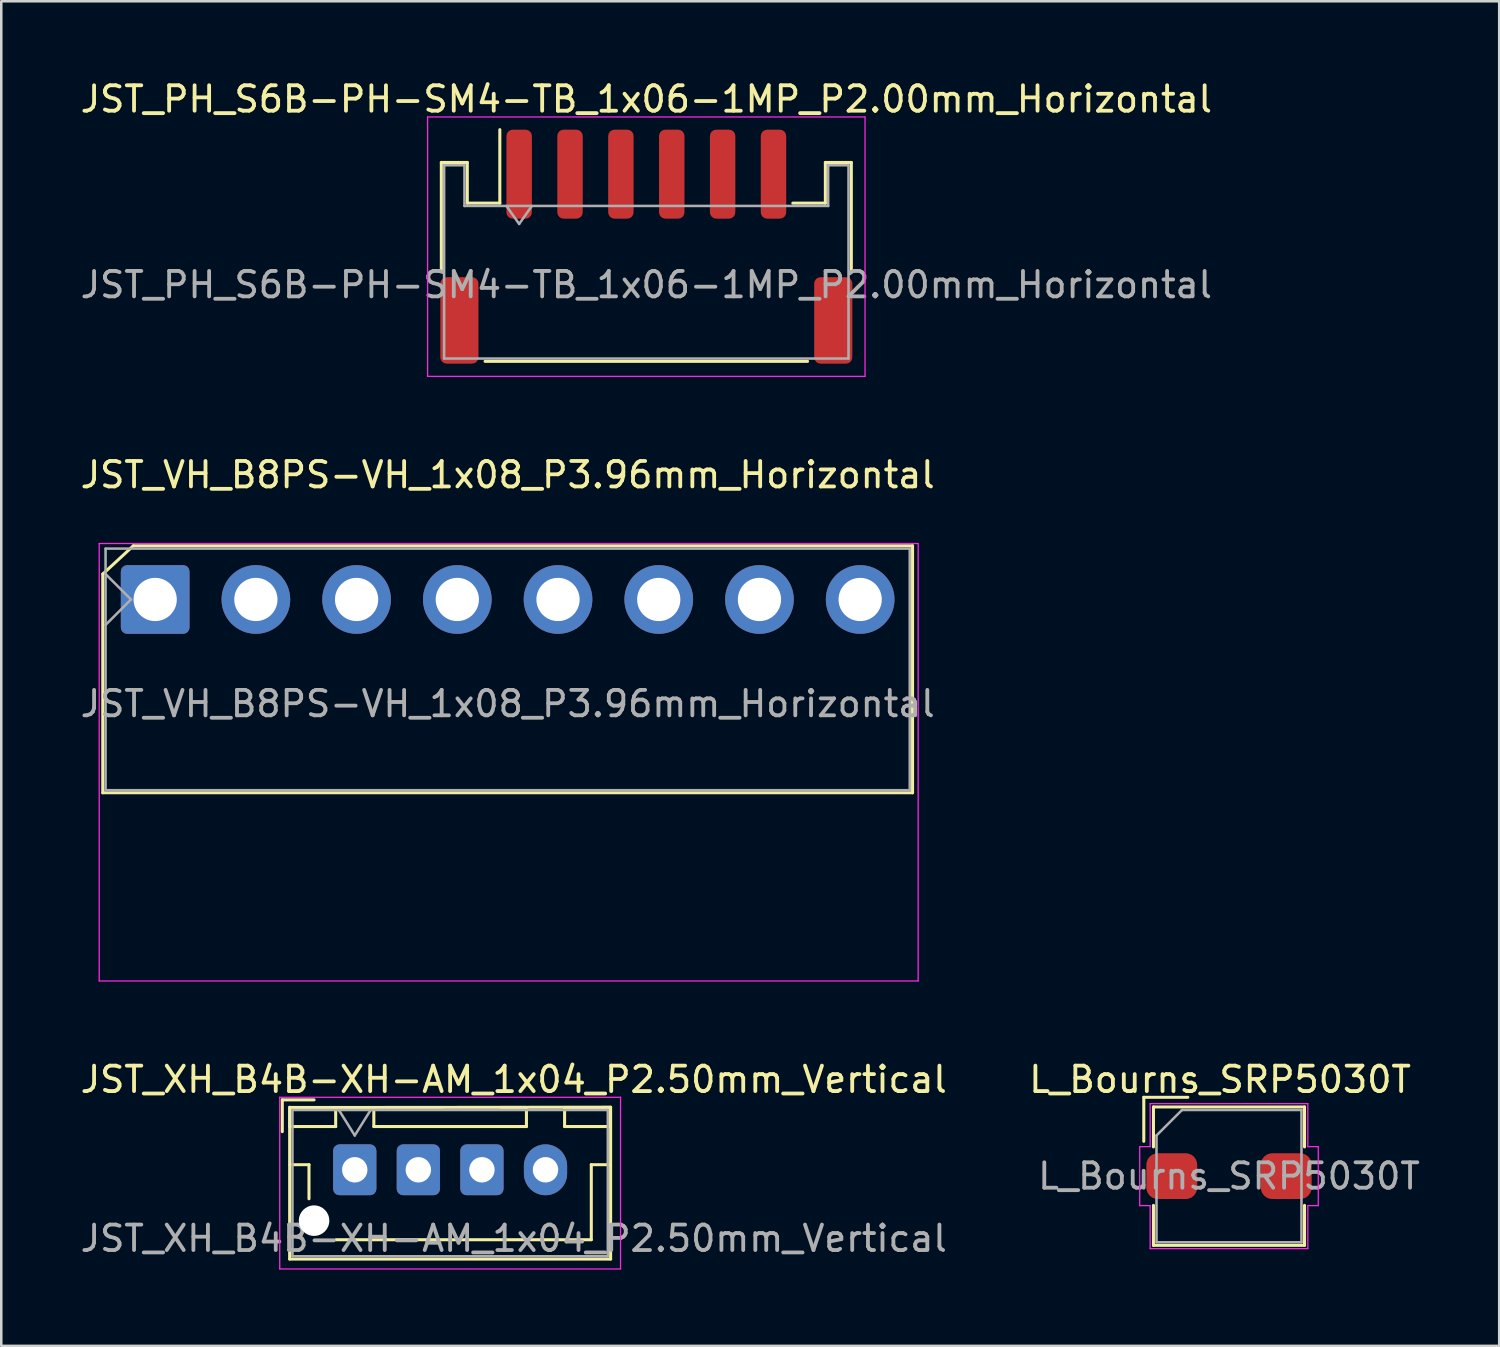
<source format=kicad_pcb>
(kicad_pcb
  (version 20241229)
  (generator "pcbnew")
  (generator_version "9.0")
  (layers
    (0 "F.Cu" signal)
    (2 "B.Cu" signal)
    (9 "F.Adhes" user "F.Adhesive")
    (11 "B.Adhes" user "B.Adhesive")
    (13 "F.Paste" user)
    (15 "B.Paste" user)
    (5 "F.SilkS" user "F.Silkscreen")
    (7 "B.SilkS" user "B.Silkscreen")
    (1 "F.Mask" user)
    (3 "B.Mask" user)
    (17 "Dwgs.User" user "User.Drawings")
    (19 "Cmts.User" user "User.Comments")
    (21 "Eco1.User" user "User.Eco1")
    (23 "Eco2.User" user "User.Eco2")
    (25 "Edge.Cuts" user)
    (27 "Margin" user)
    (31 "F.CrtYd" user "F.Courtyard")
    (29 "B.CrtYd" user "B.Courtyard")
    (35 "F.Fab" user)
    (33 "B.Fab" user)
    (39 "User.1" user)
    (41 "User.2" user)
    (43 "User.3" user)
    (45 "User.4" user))
  (footprint "JST_XH_B4B-XH-AM_1x04_P2.50mm_Vertical"
    (layer "F.Cu")
    (at 10.899 42.945)
    (property "Reference" "JST_XH_B4B-XH-AM_1x04_P2.50mm_Vertical" (at 6.25 -3.55 0) (layer "F.SilkS") (effects (font (size 1 1) (thickness 0.15))))
    (attr through_hole)
    (fp_line (start -2.85 -2.75) (end -2.85 -1.5) (stroke (width 0.12) (type solid)) (layer "F.SilkS"))
    (fp_line (start -2.56 -2.46) (end -2.56 3.51) (stroke (width 0.12) (type solid)) (layer "F.SilkS"))
    (fp_line (start -2.56 3.51) (end 10.06 3.51) (stroke (width 0.12) (type solid)) (layer "F.SilkS"))
    (fp_line (start -2.55 -2.45) (end -2.55 -1.7) (stroke (width 0.12) (type solid)) (layer "F.SilkS"))
    (fp_line (start -2.55 -1.7) (end -0.75 -1.7) (stroke (width 0.12) (type solid)) (layer "F.SilkS"))
    (fp_line (start -2.55 -0.2) (end -1.8 -0.2) (stroke (width 0.12) (type solid)) (layer "F.SilkS"))
    (fp_line (start -1.8 -0.2) (end -1.8 1.14) (stroke (width 0.12) (type solid)) (layer "F.SilkS"))
    (fp_line (start -1.6 -2.75) (end -2.85 -2.75) (stroke (width 0.12) (type solid)) (layer "F.SilkS"))
    (fp_line (start -0.75 -2.45) (end -2.55 -2.45) (stroke (width 0.12) (type solid)) (layer "F.SilkS"))
    (fp_line (start -0.75 -1.7) (end -0.75 -2.45) (stroke (width 0.12) (type solid)) (layer "F.SilkS"))
    (fp_line (start 0.75 -2.45) (end 0.75 -1.7) (stroke (width 0.12) (type solid)) (layer "F.SilkS"))
    (fp_line (start 0.75 -1.7) (end 6.75 -1.7) (stroke (width 0.12) (type solid)) (layer "F.SilkS"))
    (fp_line (start 1.25 2.75) (end -0.74 2.75) (stroke (width 0.12) (type solid)) (layer "F.SilkS"))
    (fp_line (start 6.75 -2.45) (end 5.75 -2.45) (stroke (width 0.12) (type solid)) (layer "F.SilkS"))
    (fp_line (start 6.75 -1.7) (end 6.75 -2.45) (stroke (width 0.12) (type solid)) (layer "F.SilkS"))
    (fp_line (start 8.25 -2.45) (end 8.25 -1.7) (stroke (width 0.12) (type solid)) (layer "F.SilkS"))
    (fp_line (start 8.25 -1.7) (end 10.05 -1.7) (stroke (width 0.12) (type solid)) (layer "F.SilkS"))
    (fp_line (start 9.3 -0.2) (end 9.3 2.75) (stroke (width 0.12) (type solid)) (layer "F.SilkS"))
    (fp_line (start 9.3 2.75) (end 1.25 2.75) (stroke (width 0.12) (type solid)) (layer "F.SilkS"))
    (fp_line (start 10.05 -2.45) (end 8.25 -2.45) (stroke (width 0.12) (type solid)) (layer "F.SilkS"))
    (fp_line (start 10.05 -1.7) (end 10.05 -2.45) (stroke (width 0.12) (type solid)) (layer "F.SilkS"))
    (fp_line (start 10.05 -0.2) (end 9.3 -0.2) (stroke (width 0.12) (type solid)) (layer "F.SilkS"))
    (fp_line (start 10.06 -2.46) (end -0.75 -2.45) (stroke (width 0.12) (type solid)) (layer "F.SilkS"))
    (fp_line (start 10.06 3.51) (end 10.06 -2.46) (stroke (width 0.12) (type solid)) (layer "F.SilkS"))
    (fp_line (start -2.95 -2.85) (end -2.95 3.9) (stroke (width 0.05) (type solid)) (layer "F.CrtYd"))
    (fp_line (start -2.95 3.9) (end 10.45 3.9) (stroke (width 0.05) (type solid)) (layer "F.CrtYd"))
    (fp_line (start 10.45 -2.85) (end -2.95 -2.85) (stroke (width 0.05) (type solid)) (layer "F.CrtYd"))
    (fp_line (start 10.45 3.9) (end 10.45 -2.85) (stroke (width 0.05) (type solid)) (layer "F.CrtYd"))
    (fp_line (start -2.45 -2.35) (end -2.45 3.4) (stroke (width 0.1) (type solid)) (layer "F.Fab"))
    (fp_line (start -2.45 3.4) (end 9.95 3.4) (stroke (width 0.1) (type solid)) (layer "F.Fab"))
    (fp_line (start -0.625 -2.35) (end 0 -1.35) (stroke (width 0.1) (type solid)) (layer "F.Fab"))
    (fp_line (start 0 -1.35) (end 0.625 -2.35) (stroke (width 0.1) (type solid)) (layer "F.Fab"))
    (fp_line (start 9.95 -2.35) (end -2.45 -2.35) (stroke (width 0.1) (type solid)) (layer "F.Fab"))
    (fp_line (start 9.95 3.4) (end 9.95 -2.35) (stroke (width 0.1) (type solid)) (layer "F.Fab"))
    (fp_text user "${REFERENCE}" (at 6.25 2.7 0) (layer "F.Fab") (effects (font (size 1 1) (thickness 0.15))))
    (pad "" np_thru_hole circle (at -1.6 2) (size 1.2 1.2) (drill 1.2) (layers "*.Cu" "*.Mask"))
    (pad "1" thru_hole roundrect (at 0 0) (size 1.7 2) (drill 1) (layers "*.Cu" "*.Mask") (roundrect_rratio 0.147))
    (pad "2" thru_hole roundrect (at 2.5 0) (size 1.7 2) (drill 1) (layers "*.Cu" "*.Mask") (roundrect_rratio 0.147))
    (pad "3" thru_hole roundrect (at 5 0) (size 1.7 2) (drill 1) (layers "*.Cu" "*.Mask") (roundrect_rratio 0.147))
    (pad "4" thru_hole oval (at 7.5 0) (size 1.7 2) (drill 1) (layers "*.Cu" "*.Mask")))
  (footprint "JST_VH_B8PS-VH_1x08_P3.96mm_Horizontal"
    (layer "F.Cu")
    (at 3.051 20.521)
    (property "Reference" "JST_VH_B8PS-VH_1x08_P3.96mm_Horizontal" (at 13.86 -4.9 0) (layer "F.SilkS") (effects (font (size 1 1) (thickness 0.15))))
    (attr through_hole)
    (fp_line (start -2.06 -1) (end -0.86 -2.11) (stroke (width 0.12) (type solid)) (layer "F.SilkS"))
    (fp_line (start -2.06 7.6) (end -2.06 -1) (stroke (width 0.12) (type solid)) (layer "F.SilkS"))
    (fp_line (start -0.86 -2.11) (end 29.78 -2.11) (stroke (width 0.12) (type solid)) (layer "F.SilkS"))
    (fp_line (start 29.78 -2.11) (end 29.78 7.6) (stroke (width 0.12) (type solid)) (layer "F.SilkS"))
    (fp_line (start 29.78 7.6) (end -2.06 7.6) (stroke (width 0.12) (type solid)) (layer "F.SilkS"))
    (fp_line (start -2.2 -2.2) (end -2.2 15) (stroke (width 0.05) (type solid)) (layer "F.CrtYd"))
    (fp_line (start 30 -2.2) (end -2.2 -2.2) (stroke (width 0.05) (type solid)) (layer "F.CrtYd"))
    (fp_line (start 30 15) (end -2.2 15) (stroke (width 0.05) (type solid)) (layer "F.CrtYd"))
    (fp_line (start 30 15) (end 30 -2.2) (stroke (width 0.05) (type solid)) (layer "F.CrtYd"))
    (fp_line (start -1.95 -2) (end -1.95 7.5) (stroke (width 0.1) (type solid)) (layer "F.Fab"))
    (fp_line (start -1.95 -1) (end -0.95 0) (stroke (width 0.1) (type solid)) (layer "F.Fab"))
    (fp_line (start -1.95 1) (end -0.95 0) (stroke (width 0.1) (type solid)) (layer "F.Fab"))
    (fp_line (start -1.95 7.5) (end 29.67 7.5) (stroke (width 0.1) (type solid)) (layer "F.Fab"))
    (fp_line (start 29.67 -2) (end -1.95 -2) (stroke (width 0.1) (type solid)) (layer "F.Fab"))
    (fp_line (start 29.67 7.5) (end 29.67 -2) (stroke (width 0.1) (type solid)) (layer "F.Fab"))
    (fp_text user "${REFERENCE}" (at 13.86 4.1 0) (layer "F.Fab") (effects (font (size 1 1) (thickness 0.15))))
    (pad "1" thru_hole roundrect (at 0 0) (size 2.7 2.7) (drill 1.7) (layers "*.Cu" "*.Mask") (roundrect_rratio 0.093))
    (pad "2" thru_hole circle (at 3.96 0) (size 2.7 2.7) (drill 1.7) (layers "*.Cu" "*.Mask"))
    (pad "3" thru_hole circle (at 7.92 0) (size 2.7 2.7) (drill 1.7) (layers "*.Cu" "*.Mask"))
    (pad "4" thru_hole circle (at 11.88 0) (size 2.7 2.7) (drill 1.7) (layers "*.Cu" "*.Mask"))
    (pad "5" thru_hole circle (at 15.84 0) (size 2.7 2.7) (drill 1.7) (layers "*.Cu" "*.Mask"))
    (pad "6" thru_hole circle (at 19.8 0) (size 2.7 2.7) (drill 1.7) (layers "*.Cu" "*.Mask"))
    (pad "7" thru_hole circle (at 23.76 0) (size 2.7 2.7) (drill 1.7) (layers "*.Cu" "*.Mask"))
    (pad "8" thru_hole circle (at 27.72 0) (size 2.7 2.7) (drill 1.7) (layers "*.Cu" "*.Mask")))
  (footprint "JST_PH_S6B-PH-SM4-TB_1x06-1MP_P2.00mm_Horizontal"
    (layer "F.Cu")
    (at 22.363 6.648)
    (property "Reference" "JST_PH_S6B-PH-SM4-TB_1x06-1MP_P2.00mm_Horizontal" (at 0 -5.8 0) (layer "F.SilkS") (effects (font (size 1 1) (thickness 0.15))))
    (attr smd)
    (fp_line (start -8.06 -3.31) (end -7.04 -3.31) (stroke (width 0.12) (type solid)) (layer "F.SilkS"))
    (fp_line (start -8.06 0.94) (end -8.06 -3.31) (stroke (width 0.12) (type solid)) (layer "F.SilkS"))
    (fp_line (start -7.04 -3.31) (end -7.04 -1.71) (stroke (width 0.12) (type solid)) (layer "F.SilkS"))
    (fp_line (start -7.04 -1.71) (end -5.76 -1.71) (stroke (width 0.12) (type solid)) (layer "F.SilkS"))
    (fp_line (start -6.34 4.51) (end 6.34 4.51) (stroke (width 0.12) (type solid)) (layer "F.SilkS"))
    (fp_line (start -5.76 -1.71) (end -5.76 -4.6) (stroke (width 0.12) (type solid)) (layer "F.SilkS"))
    (fp_line (start 7.04 -3.31) (end 7.04 -1.71) (stroke (width 0.12) (type solid)) (layer "F.SilkS"))
    (fp_line (start 7.04 -1.71) (end 5.76 -1.71) (stroke (width 0.12) (type solid)) (layer "F.SilkS"))
    (fp_line (start 8.06 -3.31) (end 7.04 -3.31) (stroke (width 0.12) (type solid)) (layer "F.SilkS"))
    (fp_line (start 8.06 0.94) (end 8.06 -3.31) (stroke (width 0.12) (type solid)) (layer "F.SilkS"))
    (fp_line (start -8.6 -5.1) (end -8.6 5.1) (stroke (width 0.05) (type solid)) (layer "F.CrtYd"))
    (fp_line (start -8.6 5.1) (end 8.6 5.1) (stroke (width 0.05) (type solid)) (layer "F.CrtYd"))
    (fp_line (start 8.6 -5.1) (end -8.6 -5.1) (stroke (width 0.05) (type solid)) (layer "F.CrtYd"))
    (fp_line (start 8.6 5.1) (end 8.6 -5.1) (stroke (width 0.05) (type solid)) (layer "F.CrtYd"))
    (fp_line (start -7.95 -3.2) (end -7.95 4.4) (stroke (width 0.1) (type solid)) (layer "F.Fab"))
    (fp_line (start -7.95 -3.2) (end -7.15 -3.2) (stroke (width 0.1) (type solid)) (layer "F.Fab"))
    (fp_line (start -7.95 4.4) (end 7.95 4.4) (stroke (width 0.1) (type solid)) (layer "F.Fab"))
    (fp_line (start -7.15 -3.2) (end -7.15 -1.6) (stroke (width 0.1) (type solid)) (layer "F.Fab"))
    (fp_line (start -7.15 -1.6) (end 7.15 -1.6) (stroke (width 0.1) (type solid)) (layer "F.Fab"))
    (fp_line (start -5.5 -1.6) (end -5 -0.893) (stroke (width 0.1) (type solid)) (layer "F.Fab"))
    (fp_line (start -5 -0.893) (end -4.5 -1.6) (stroke (width 0.1) (type solid)) (layer "F.Fab"))
    (fp_line (start 7.15 -3.2) (end 7.95 -3.2) (stroke (width 0.1) (type solid)) (layer "F.Fab"))
    (fp_line (start 7.15 -1.6) (end 7.15 -3.2) (stroke (width 0.1) (type solid)) (layer "F.Fab"))
    (fp_line (start 7.95 -3.2) (end 7.95 4.4) (stroke (width 0.1) (type solid)) (layer "F.Fab"))
    (fp_text user "${REFERENCE}" (at 0 1.5 0) (layer "F.Fab") (effects (font (size 1 1) (thickness 0.15))))
    (pad "1" smd roundrect (at -5 -2.85) (size 1 3.5) (layers "F.Cu" "F.Mask" "F.Paste") (roundrect_rratio 0.25))
    (pad "2" smd roundrect (at -3 -2.85) (size 1 3.5) (layers "F.Cu" "F.Mask" "F.Paste") (roundrect_rratio 0.25))
    (pad "3" smd roundrect (at -1 -2.85) (size 1 3.5) (layers "F.Cu" "F.Mask" "F.Paste") (roundrect_rratio 0.25))
    (pad "4" smd roundrect (at 1 -2.85) (size 1 3.5) (layers "F.Cu" "F.Mask" "F.Paste") (roundrect_rratio 0.25))
    (pad "5" smd roundrect (at 3 -2.85) (size 1 3.5) (layers "F.Cu" "F.Mask" "F.Paste") (roundrect_rratio 0.25))
    (pad "6" smd roundrect (at 5 -2.85) (size 1 3.5) (layers "F.Cu" "F.Mask" "F.Paste") (roundrect_rratio 0.25))
    (pad "MP" smd roundrect (at -7.35 2.9) (size 1.5 3.4) (layers "F.Cu" "F.Mask" "F.Paste") (roundrect_rratio 0.167))
    (pad "MP" smd roundrect (at 7.35 2.9) (size 1.5 3.4) (layers "F.Cu" "F.Mask" "F.Paste") (roundrect_rratio 0.167)))
  (footprint "L_Bourns_SRP5030T"
    (layer "F.Cu")
    (at 45.273 43.195)
    (property "Reference" "L_Bourns_SRP5030T" (at -0.35 -3.8 0) (layer "F.SilkS") (effects (font (size 1 1) (thickness 0.15))))
    (attr smd)
    (fp_line (start -3.35 -3.1) (end -1.62 -3.1) (stroke (width 0.12) (type solid)) (layer "F.SilkS"))
    (fp_line (start -3.35 -1.37) (end -3.35 -3.1) (stroke (width 0.12) (type solid)) (layer "F.SilkS"))
    (fp_line (start -2.97 -2.72) (end -2.97 -1.15) (stroke (width 0.12) (type solid)) (layer "F.SilkS"))
    (fp_line (start -2.97 -2.72) (end 2.97 -2.72) (stroke (width 0.12) (type solid)) (layer "F.SilkS"))
    (fp_line (start -2.97 1.15) (end -2.97 2.72) (stroke (width 0.12) (type solid)) (layer "F.SilkS"))
    (fp_line (start -2.97 2.72) (end 2.97 2.72) (stroke (width 0.12) (type solid)) (layer "F.SilkS"))
    (fp_line (start 2.97 -2.72) (end 2.97 -1.15) (stroke (width 0.12) (type solid)) (layer "F.SilkS"))
    (fp_line (start 2.97 1.15) (end 2.97 2.72) (stroke (width 0.12) (type solid)) (layer "F.SilkS"))
    (fp_line (start -3.51 -1.16) (end -3.51 1.16) (stroke (width 0.05) (type solid)) (layer "F.CrtYd"))
    (fp_line (start -3.51 1.16) (end -3.1 1.16) (stroke (width 0.05) (type solid)) (layer "F.CrtYd"))
    (fp_line (start -3.1 -2.85) (end -3.1 -1.16) (stroke (width 0.05) (type solid)) (layer "F.CrtYd"))
    (fp_line (start -3.1 -2.85) (end 3.1 -2.85) (stroke (width 0.05) (type solid)) (layer "F.CrtYd"))
    (fp_line (start -3.1 -1.16) (end -3.51 -1.16) (stroke (width 0.05) (type solid)) (layer "F.CrtYd"))
    (fp_line (start -3.1 1.16) (end -3.1 2.85) (stroke (width 0.05) (type solid)) (layer "F.CrtYd"))
    (fp_line (start -3.1 2.85) (end 3.1 2.85) (stroke (width 0.05) (type solid)) (layer "F.CrtYd"))
    (fp_line (start 3.1 -2.85) (end 3.1 -1.16) (stroke (width 0.05) (type solid)) (layer "F.CrtYd"))
    (fp_line (start 3.1 -1.16) (end 3.51 -1.16) (stroke (width 0.05) (type solid)) (layer "F.CrtYd"))
    (fp_line (start 3.1 1.16) (end 3.1 2.85) (stroke (width 0.05) (type solid)) (layer "F.CrtYd"))
    (fp_line (start 3.51 -1.16) (end 3.51 1.16) (stroke (width 0.05) (type solid)) (layer "F.CrtYd"))
    (fp_line (start 3.51 1.16) (end 3.1 1.16) (stroke (width 0.05) (type solid)) (layer "F.CrtYd"))
    (fp_line (start -2.85 -1.6) (end -1.85 -2.6) (stroke (width 0.1) (type solid)) (layer "F.Fab"))
    (fp_line (start -2.85 2.6) (end -2.85 -1.6) (stroke (width 0.1) (type solid)) (layer "F.Fab"))
    (fp_line (start -1.85 -2.6) (end 2.85 -2.6) (stroke (width 0.1) (type solid)) (layer "F.Fab"))
    (fp_line (start 2.85 -2.6) (end 2.85 2.6) (stroke (width 0.1) (type solid)) (layer "F.Fab"))
    (fp_line (start 2.85 2.6) (end -2.85 2.6) (stroke (width 0.1) (type solid)) (layer "F.Fab"))
    (fp_text user "${REFERENCE}" (at 0 0 0) (layer "F.Fab") (effects (font (size 1 1) (thickness 0.15))))
    (pad "1" smd roundrect (at -2.25 0) (size 2 1.8) (layers "F.Cu" "F.Mask" "F.Paste") (roundrect_rratio 0.25))
    (pad "2" smd roundrect (at 2.25 0) (size 2 1.8) (layers "F.Cu" "F.Mask" "F.Paste") (roundrect_rratio 0.25)))
  (gr_rect
    (start -3 -3)
    (end 55.898 49.87)
    (stroke (width 0.1) (type default))
    (fill no)
    (layer "Edge.Cuts")))
</source>
